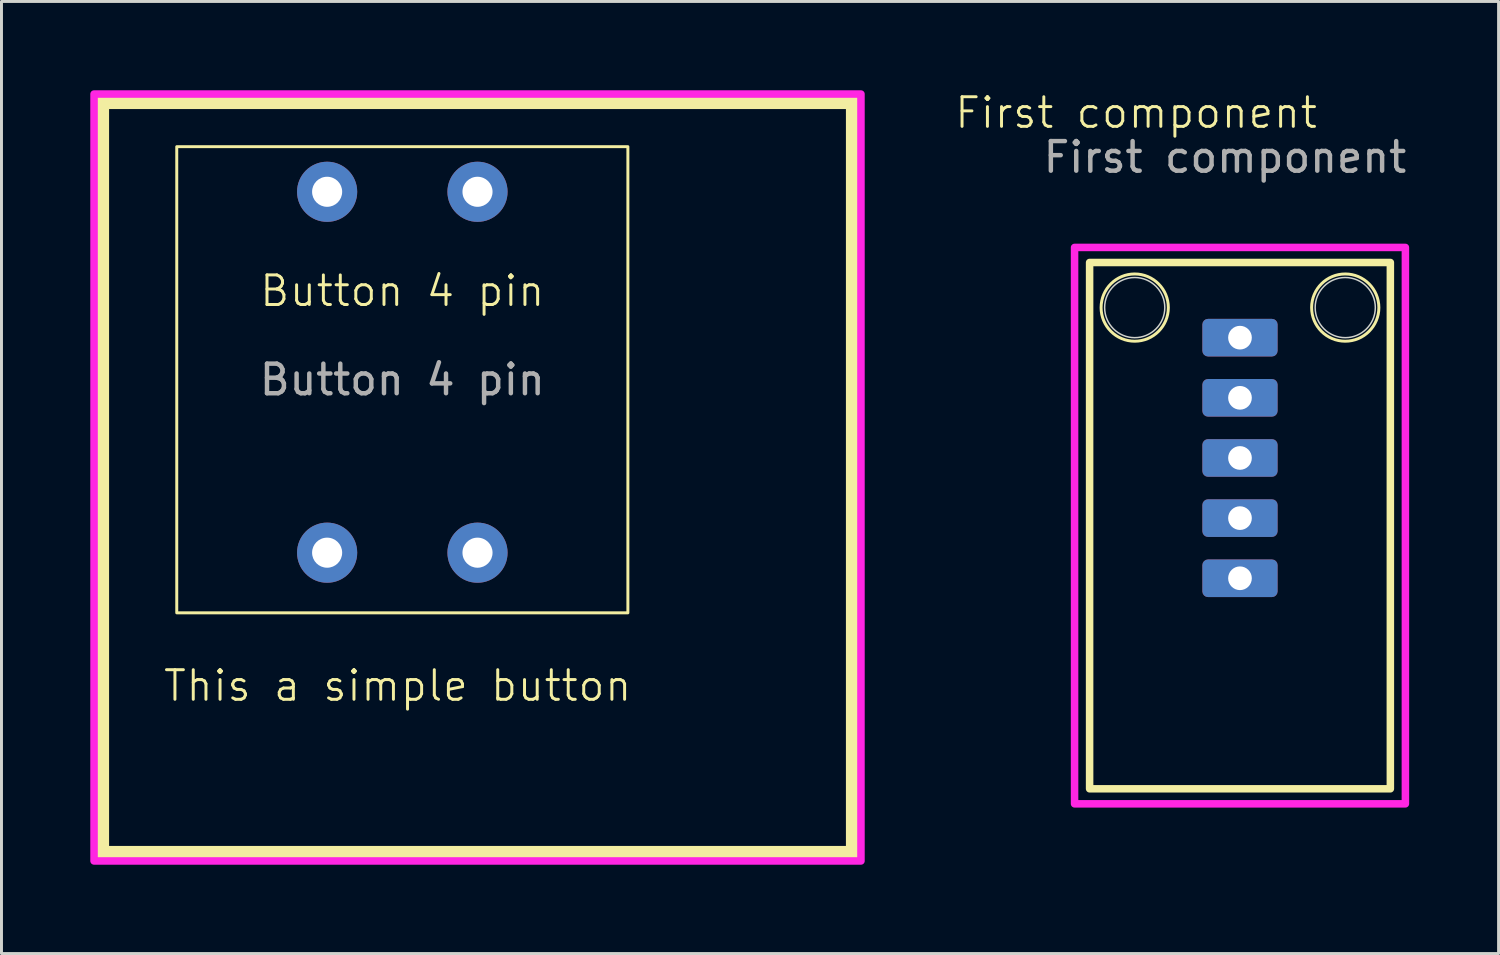
<source format=kicad_pcb>
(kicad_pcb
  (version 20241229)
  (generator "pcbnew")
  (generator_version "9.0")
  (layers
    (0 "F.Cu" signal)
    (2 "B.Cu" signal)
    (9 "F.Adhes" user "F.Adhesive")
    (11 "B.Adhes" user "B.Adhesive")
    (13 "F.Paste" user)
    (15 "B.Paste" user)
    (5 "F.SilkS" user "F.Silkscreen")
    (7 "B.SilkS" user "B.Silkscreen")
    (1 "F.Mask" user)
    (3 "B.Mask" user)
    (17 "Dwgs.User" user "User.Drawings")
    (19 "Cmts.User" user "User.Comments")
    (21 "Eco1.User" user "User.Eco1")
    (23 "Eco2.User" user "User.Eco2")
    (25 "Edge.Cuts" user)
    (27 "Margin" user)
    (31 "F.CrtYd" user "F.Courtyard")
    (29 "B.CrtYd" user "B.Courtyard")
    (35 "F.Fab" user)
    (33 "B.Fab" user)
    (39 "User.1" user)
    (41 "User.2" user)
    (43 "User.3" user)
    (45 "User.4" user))
  (footprint "Button 4 pin"
    (layer "F.Cu")
    (at 0.381 0.381)
    (property "Reference" "Button 4 pin" (at 10.16 6.398 0) (unlocked yes) (layer "F.SilkS") (effects (font (size 1 1) (thickness 0.1))))
    (attr through_hole)
    (fp_rect (start 0 0) (end 25.4 25.4) (stroke (width 0.508) (type solid)) (fill no) (layer "F.SilkS"))
    (fp_rect (start 2.54 1.524) (end 17.78 17.272) (stroke (width 0.1) (type default)) (fill no) (layer "F.SilkS"))
    (fp_rect (start -0.254 -0.254) (end 25.654 25.654) (stroke (width 0.254) (type solid)) (fill no) (layer "F.CrtYd"))
    (fp_text user "This a simple button" (at 2.032 20.32 0) (unlocked yes) (layer "F.SilkS") (effects (font (size 1 1) (thickness 0.1)) (justify left bottom)))
    (fp_text user "${REFERENCE}" (at 10.16 9.398 0) (unlocked yes) (layer "F.Fab") (effects (font (size 1 1) (thickness 0.15))))
    (pad "1" thru_hole circle (at 7.62 3.048) (size 2.032 2.032) (drill 1.016) (layers "*.Cu" "*.Mask"))
    (pad "2" thru_hole circle (at 7.62 15.24) (size 2.032 2.032) (drill 1.016) (layers "*.Cu" "*.Mask"))
    (pad "3" thru_hole circle (at 12.7 3.048) (size 2.032 2.032) (drill 1.016) (layers "*.Cu" "*.Mask"))
    (pad "4" thru_hole circle (at 12.7 15.24) (size 2.032 2.032) (drill 1.016) (layers "*.Cu" "*.Mask")))
  (footprint "First component"
    (layer "F.Cu")
    (at 38.839 18.517)
    (property "Reference" "First component" (at -3.508 -17.756 0) (unlocked yes) (layer "F.SilkS") (effects (font (size 1 1) (thickness 0.1))))
    (attr through_hole)
    (fp_rect (start -5.08 5.08) (end 5.08 -12.7) (stroke (width 0.254) (type solid)) (fill no) (layer "F.SilkS"))
    (fp_circle (center -3.556 -11.176) (end -2.54 -10.668) (stroke (width 0.1) (type default)) (fill no) (layer "F.SilkS"))
    (fp_circle (center 3.556 -11.176) (end 3.048 -10.16) (stroke (width 0.1) (type default)) (fill no) (layer "F.SilkS"))
    (fp_circle (center -3.556 -11.176) (end -2.54 -11.176) (stroke (width 0.05) (type default)) (fill no) (layer "Edge.Cuts"))
    (fp_circle (center 3.556 -11.176) (end 3.556 -10.16) (stroke (width 0.05) (type default)) (fill no) (layer "Edge.Cuts"))
    (fp_rect (start -5.588 -13.208) (end 5.588 5.588) (stroke (width 0.254) (type solid)) (fill no) (layer "F.CrtYd"))
    (fp_text user "${REFERENCE}" (at -0.508 -16.256 0) (unlocked yes) (layer "F.Fab") (effects (font (size 1 1) (thickness 0.15))))
    (pad "1" thru_hole roundrect (at 0 -10.16) (size 2.54 1.27) (drill 0.8) (layers "*.Cu" "*.Mask") (roundrect_rratio 0.15))
    (pad "2" thru_hole roundrect (at 0 -8.128) (size 2.54 1.27) (drill 0.8) (layers "*.Cu" "*.Mask") (roundrect_rratio 0.15))
    (pad "3" thru_hole roundrect (at 0 -6.096) (size 2.54 1.27) (drill 0.8) (layers "*.Cu" "*.Mask") (roundrect_rratio 0.15))
    (pad "4" thru_hole roundrect (at 0 -4.064) (size 2.54 1.27) (drill 0.8) (layers "*.Cu" "*.Mask") (roundrect_rratio 0.15))
    (pad "5" thru_hole roundrect (at 0 -2.032) (size 2.54 1.27) (drill 0.8) (layers "*.Cu" "*.Mask") (roundrect_rratio 0.15)))
  (gr_rect
    (start -3 -3)
    (end 47.575 29.162)
    (stroke (width 0.1) (type default))
    (fill no)
    (layer "Edge.Cuts")))
</source>
